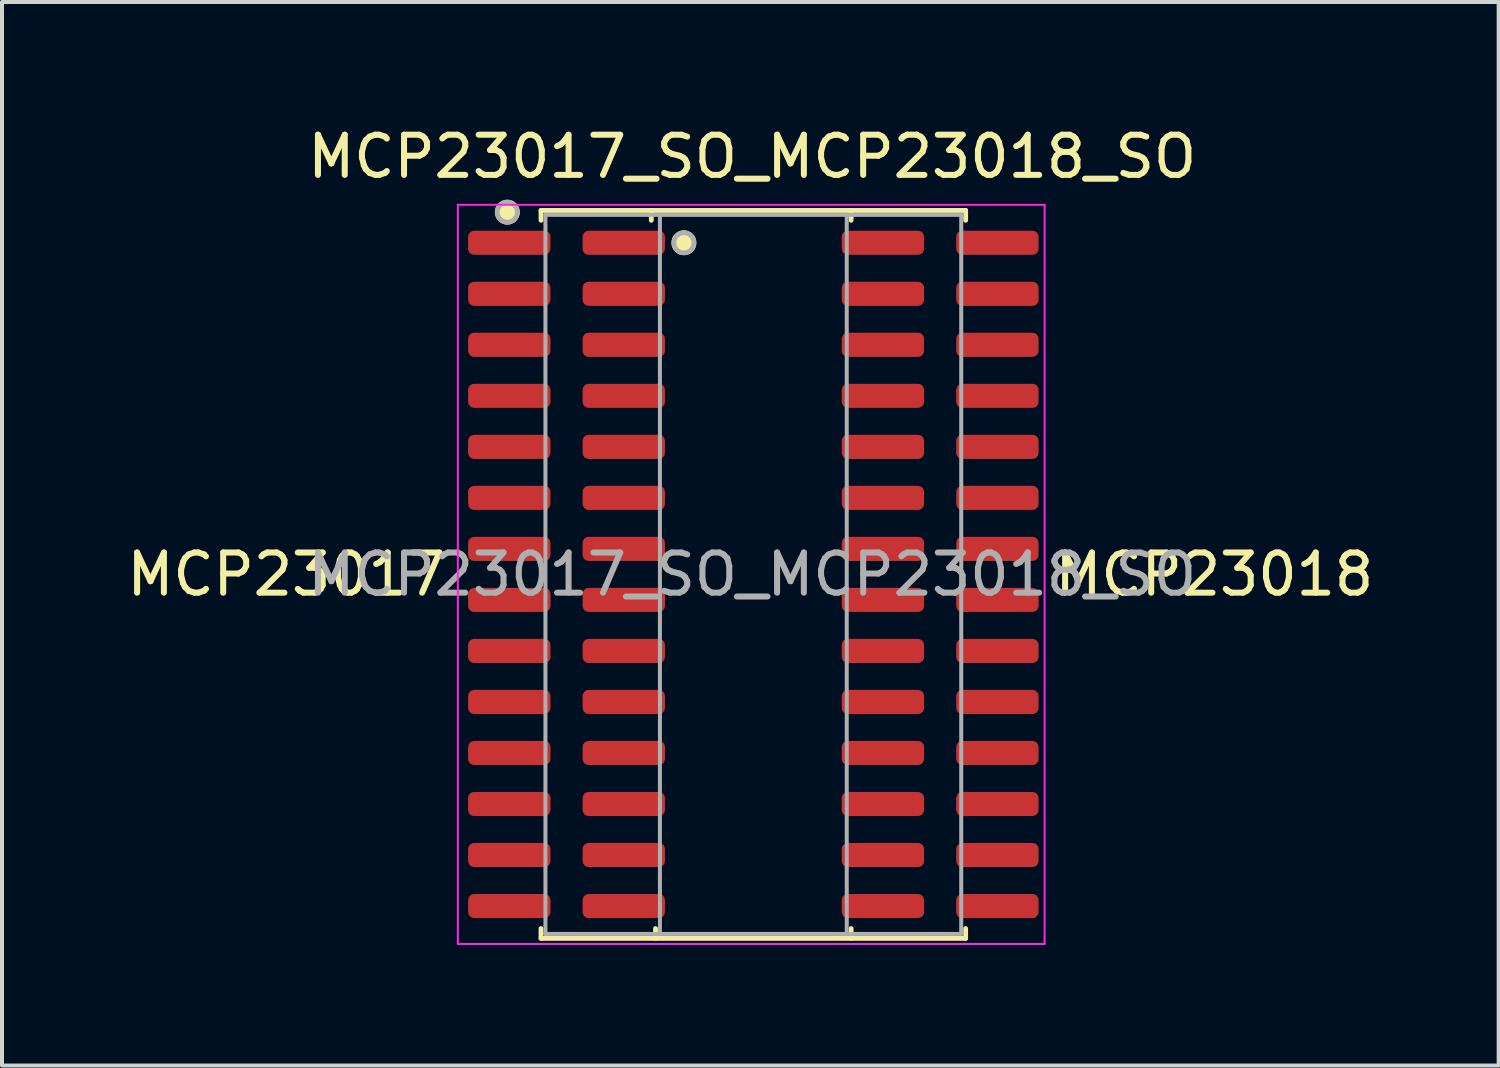
<source format=kicad_pcb>
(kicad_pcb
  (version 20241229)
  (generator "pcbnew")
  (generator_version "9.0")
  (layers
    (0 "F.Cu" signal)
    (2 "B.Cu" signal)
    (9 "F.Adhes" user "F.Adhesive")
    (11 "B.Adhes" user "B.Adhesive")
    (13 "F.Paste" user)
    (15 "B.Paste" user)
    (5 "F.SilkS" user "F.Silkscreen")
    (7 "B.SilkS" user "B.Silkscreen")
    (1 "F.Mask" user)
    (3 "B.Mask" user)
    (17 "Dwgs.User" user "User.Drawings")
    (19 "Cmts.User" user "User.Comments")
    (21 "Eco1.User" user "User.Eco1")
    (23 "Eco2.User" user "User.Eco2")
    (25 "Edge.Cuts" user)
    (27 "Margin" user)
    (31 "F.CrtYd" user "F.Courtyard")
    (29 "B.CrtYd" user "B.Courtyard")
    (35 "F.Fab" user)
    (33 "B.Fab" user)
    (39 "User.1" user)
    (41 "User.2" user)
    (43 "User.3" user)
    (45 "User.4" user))
  (footprint "MCP23017_SO_MCP23018_SO"
    (layer "F.Cu")
    (at 14.277 11.248)
    (property "Reference" "MCP23017_SO_MCP23018_SO" (at 1.397 -10.4 0) (layer "F.SilkS") (effects (font (size 1 1) (thickness 0.15))))
    (attr smd)
    (fp_line (start -3.86 -9.06) (end -3.86 -8.815) (stroke (width 0.12) (type solid)) (layer "F.SilkS"))
    (fp_line (start -3.86 -9.06) (end 6.71 -9.06) (stroke (width 0.12) (type solid)) (layer "F.SilkS"))
    (fp_line (start -3.86 9.06) (end -3.86 8.815) (stroke (width 0.12) (type solid)) (layer "F.SilkS"))
    (fp_line (start -1.115 -9.06) (end -1.115 -8.815) (stroke (width 0.12) (type solid)) (layer "F.SilkS"))
    (fp_line (start -1.01 9.06) (end -1.01 8.815) (stroke (width 0.12) (type solid)) (layer "F.SilkS"))
    (fp_line (start 3.86 -9.06) (end 3.86 -8.815) (stroke (width 0.12) (type solid)) (layer "F.SilkS"))
    (fp_line (start 3.86 9.06) (end 3.86 8.815) (stroke (width 0.12) (type solid)) (layer "F.SilkS"))
    (fp_line (start 6.71 -9.06) (end 6.71 -8.815) (stroke (width 0.12) (type solid)) (layer "F.SilkS"))
    (fp_line (start 6.71 9.06) (end -3.86 9.06) (stroke (width 0.12) (type solid)) (layer "F.SilkS"))
    (fp_line (start 6.71 9.06) (end 6.71 8.815) (stroke (width 0.12) (type solid)) (layer "F.SilkS"))
    (fp_circle (center -4.699 -9.017) (end -4.449 -9.017) (stroke (width 0.12) (type solid)) (fill yes) (layer "F.SilkS"))
    (fp_circle (center -0.303 -8.255) (end -0.053 -8.255) (stroke (width 0.12) (type solid)) (fill yes) (layer "F.SilkS"))
    (fp_line (start -5.93 -9.2) (end -5.93 9.2) (stroke (width 0.05) (type solid)) (layer "F.CrtYd"))
    (fp_line (start -5.93 9.2) (end 8.675 9.2) (stroke (width 0.05) (type solid)) (layer "F.CrtYd"))
    (fp_line (start 8.675 -9.2) (end -5.93 -9.2) (stroke (width 0.05) (type solid)) (layer "F.CrtYd"))
    (fp_line (start 8.675 9.2) (end 8.675 -9.2) (stroke (width 0.05) (type solid)) (layer "F.CrtYd"))
    (fp_line (start -3.75 -8.95) (end 6.6 -8.95) (stroke (width 0.1) (type solid)) (layer "F.Fab"))
    (fp_line (start -3.75 8.95) (end -3.75 -8.95) (stroke (width 0.1) (type solid)) (layer "F.Fab"))
    (fp_line (start -0.9 8.95) (end -0.9 -8.95) (stroke (width 0.1) (type solid)) (layer "F.Fab"))
    (fp_line (start 3.75 -8.95) (end 3.75 8.95) (stroke (width 0.1) (type solid)) (layer "F.Fab"))
    (fp_line (start 6.6 -8.95) (end 6.6 8.95) (stroke (width 0.1) (type solid)) (layer "F.Fab"))
    (fp_line (start 6.6 8.95) (end -3.75 8.95) (stroke (width 0.1) (type solid)) (layer "F.Fab"))
    (fp_circle (center -4.699 -9.017) (end -4.449 -9.017) (stroke (width 0.12) (type solid)) (fill no) (layer "F.Fab"))
    (fp_circle (center -0.303 -8.255) (end -0.053 -8.255) (stroke (width 0.12) (type solid)) (fill no) (layer "F.Fab"))
    (fp_text user "MCP23017" (at -10.2 0 0) (layer "F.SilkS") (effects (font (size 1 1) (thickness 0.15))))
    (fp_text user "MCP23018" (at 12.9 0 0) (layer "F.SilkS") (effects (font (size 1 1) (thickness 0.15))))
    (fp_text user "${REFERENCE}" (at 1.397 0 0) (layer "F.Fab") (effects (font (size 1 1) (thickness 0.15))))
    (pad "1" smd roundrect (at -4.65 -8.255) (size 2.05 0.6) (layers "F.Cu" "F.Mask" "F.Paste") (roundrect_rratio 0.25))
    (pad "1" smd roundrect (at -1.8 -5.715) (size 2.05 0.6) (layers "F.Cu" "F.Mask" "F.Paste") (roundrect_rratio 0.25))
    (pad "2" smd roundrect (at -4.65 -6.985) (size 2.05 0.6) (layers "F.Cu" "F.Mask" "F.Paste") (roundrect_rratio 0.25))
    (pad "2" smd roundrect (at -1.8 -4.445) (size 2.05 0.6) (layers "F.Cu" "F.Mask" "F.Paste") (roundrect_rratio 0.25))
    (pad "3" smd roundrect (at -4.65 -5.715) (size 2.05 0.6) (layers "F.Cu" "F.Mask" "F.Paste") (roundrect_rratio 0.25))
    (pad "3" smd roundrect (at -1.8 -3.175) (size 2.05 0.6) (layers "F.Cu" "F.Mask" "F.Paste") (roundrect_rratio 0.25))
    (pad "4" smd roundrect (at -4.65 -4.445) (size 2.05 0.6) (layers "F.Cu" "F.Mask" "F.Paste") (roundrect_rratio 0.25))
    (pad "4" smd roundrect (at -1.8 -1.905) (size 2.05 0.6) (layers "F.Cu" "F.Mask" "F.Paste") (roundrect_rratio 0.25))
    (pad "5" smd roundrect (at -4.65 -3.175) (size 2.05 0.6) (layers "F.Cu" "F.Mask" "F.Paste") (roundrect_rratio 0.25))
    (pad "5" smd roundrect (at -1.8 -0.635) (size 2.05 0.6) (layers "F.Cu" "F.Mask" "F.Paste") (roundrect_rratio 0.25))
    (pad "6" smd roundrect (at -4.65 -1.905) (size 2.05 0.6) (layers "F.Cu" "F.Mask" "F.Paste") (roundrect_rratio 0.25))
    (pad "6" smd roundrect (at -1.8 0.635) (size 2.05 0.6) (layers "F.Cu" "F.Mask" "F.Paste") (roundrect_rratio 0.25))
    (pad "7" smd roundrect (at -4.65 -0.635) (size 2.05 0.6) (layers "F.Cu" "F.Mask" "F.Paste") (roundrect_rratio 0.25))
    (pad "7" smd roundrect (at -1.8 1.905) (size 2.05 0.6) (layers "F.Cu" "F.Mask" "F.Paste") (roundrect_rratio 0.25))
    (pad "8" smd roundrect (at -4.65 0.635) (size 2.05 0.6) (layers "F.Cu" "F.Mask" "F.Paste") (roundrect_rratio 0.25))
    (pad "8" smd roundrect (at -1.8 3.175) (size 2.05 0.6) (layers "F.Cu" "F.Mask" "F.Paste") (roundrect_rratio 0.25))
    (pad "9" smd roundrect (at -4.65 1.905) (size 2.05 0.6) (layers "F.Cu" "F.Mask" "F.Paste") (roundrect_rratio 0.25))
    (pad "9" smd roundrect (at -1.8 4.445) (size 2.05 0.6) (layers "F.Cu" "F.Mask" "F.Paste") (roundrect_rratio 0.25))
    (pad "10" smd roundrect (at -4.65 3.175) (size 2.05 0.6) (layers "F.Cu" "F.Mask" "F.Paste") (roundrect_rratio 0.25))
    (pad "10" smd roundrect (at -1.8 -8.255) (size 2.05 0.6) (layers "F.Cu" "F.Mask" "F.Paste") (roundrect_rratio 0.25))
    (pad "11" smd roundrect (at -4.65 4.445) (size 2.05 0.6) (layers "F.Cu" "F.Mask" "F.Paste") (roundrect_rratio 0.25))
    (pad "12" smd roundrect (at -4.65 5.715) (size 2.05 0.6) (layers "F.Cu" "F.Mask" "F.Paste") (roundrect_rratio 0.25))
    (pad "12" smd roundrect (at -1.8 5.715) (size 2.05 0.6) (layers "F.Cu" "F.Mask" "F.Paste") (roundrect_rratio 0.25))
    (pad "13" smd roundrect (at -4.65 6.985) (size 2.05 0.6) (layers "F.Cu" "F.Mask" "F.Paste") (roundrect_rratio 0.25))
    (pad "13" smd roundrect (at -1.8 6.985) (size 2.05 0.6) (layers "F.Cu" "F.Mask" "F.Paste") (roundrect_rratio 0.25))
    (pad "14" smd roundrect (at -4.65 8.255) (size 2.05 0.6) (layers "F.Cu" "F.Mask" "F.Paste") (roundrect_rratio 0.25))
    (pad "15" smd roundrect (at 4.65 5.715) (size 2.05 0.6) (layers "F.Cu" "F.Mask" "F.Paste") (roundrect_rratio 0.25))
    (pad "15" smd roundrect (at 4.65 6.985) (size 2.05 0.6) (layers "F.Cu" "F.Mask" "F.Paste") (roundrect_rratio 0.25))
    (pad "15" smd roundrect (at 4.65 8.255) (size 2.05 0.6) (layers "F.Cu" "F.Mask" "F.Paste") (roundrect_rratio 0.25))
    (pad "15" smd roundrect (at 7.5 8.255) (size 2.05 0.6) (layers "F.Cu" "F.Mask" "F.Paste") (roundrect_rratio 0.25))
    (pad "16" smd roundrect (at -1.8 8.255) (size 2.05 0.6) (layers "F.Cu" "F.Mask" "F.Paste") (roundrect_rratio 0.25))
    (pad "17" smd roundrect (at 7.5 5.715) (size 2.05 0.6) (layers "F.Cu" "F.Mask" "F.Paste") (roundrect_rratio 0.25))
    (pad "18" smd roundrect (at 4.65 4.445) (size 2.05 0.6) (layers "F.Cu" "F.Mask" "F.Paste") (roundrect_rratio 0.25))
    (pad "18" smd roundrect (at 7.5 6.985) (size 2.05 0.6) (layers "F.Cu" "F.Mask" "F.Paste") (roundrect_rratio 0.25))
    (pad "19" smd roundrect (at 4.65 3.175) (size 2.05 0.6) (layers "F.Cu" "F.Mask" "F.Paste") (roundrect_rratio 0.25))
    (pad "19" smd roundrect (at 7.5 4.445) (size 2.05 0.6) (layers "F.Cu" "F.Mask" "F.Paste") (roundrect_rratio 0.25))
    (pad "20" smd roundrect (at 4.65 1.905) (size 2.05 0.6) (layers "F.Cu" "F.Mask" "F.Paste") (roundrect_rratio 0.25))
    (pad "20" smd roundrect (at 7.5 3.175) (size 2.05 0.6) (layers "F.Cu" "F.Mask" "F.Paste") (roundrect_rratio 0.25))
    (pad "21" smd roundrect (at 4.65 0.635) (size 2.05 0.6) (layers "F.Cu" "F.Mask" "F.Paste") (roundrect_rratio 0.25))
    (pad "21" smd roundrect (at 7.5 1.905) (size 2.05 0.6) (layers "F.Cu" "F.Mask" "F.Paste") (roundrect_rratio 0.25))
    (pad "22" smd roundrect (at 4.65 -0.635) (size 2.05 0.6) (layers "F.Cu" "F.Mask" "F.Paste") (roundrect_rratio 0.25))
    (pad "22" smd roundrect (at 7.5 0.635) (size 2.05 0.6) (layers "F.Cu" "F.Mask" "F.Paste") (roundrect_rratio 0.25))
    (pad "23" smd roundrect (at 4.65 -1.905) (size 2.05 0.6) (layers "F.Cu" "F.Mask" "F.Paste") (roundrect_rratio 0.25))
    (pad "23" smd roundrect (at 7.5 -0.635) (size 2.05 0.6) (layers "F.Cu" "F.Mask" "F.Paste") (roundrect_rratio 0.25))
    (pad "24" smd roundrect (at 4.65 -3.175) (size 2.05 0.6) (layers "F.Cu" "F.Mask" "F.Paste") (roundrect_rratio 0.25))
    (pad "24" smd roundrect (at 7.5 -1.905) (size 2.05 0.6) (layers "F.Cu" "F.Mask" "F.Paste") (roundrect_rratio 0.25))
    (pad "25" smd roundrect (at 4.65 -4.445) (size 2.05 0.6) (layers "F.Cu" "F.Mask" "F.Paste") (roundrect_rratio 0.25))
    (pad "25" smd roundrect (at 7.5 -3.175) (size 2.05 0.6) (layers "F.Cu" "F.Mask" "F.Paste") (roundrect_rratio 0.25))
    (pad "26" smd roundrect (at 4.65 -5.715) (size 2.05 0.6) (layers "F.Cu" "F.Mask" "F.Paste") (roundrect_rratio 0.25))
    (pad "26" smd roundrect (at 7.5 -4.445) (size 2.05 0.6) (layers "F.Cu" "F.Mask" "F.Paste") (roundrect_rratio 0.25))
    (pad "27" smd roundrect (at 4.65 -6.985) (size 2.05 0.6) (layers "F.Cu" "F.Mask" "F.Paste") (roundrect_rratio 0.25))
    (pad "27" smd roundrect (at 7.5 -5.715) (size 2.05 0.6) (layers "F.Cu" "F.Mask" "F.Paste") (roundrect_rratio 0.25))
    (pad "28" smd roundrect (at 4.65 -8.255) (size 2.05 0.6) (layers "F.Cu" "F.Mask" "F.Paste") (roundrect_rratio 0.25))
    (pad "28" smd roundrect (at 7.5 -6.985) (size 2.05 0.6) (layers "F.Cu" "F.Mask" "F.Paste") (roundrect_rratio 0.25))
    (pad "29" smd roundrect (at 7.5 -8.255) (size 2.05 0.6) (layers "F.Cu" "F.Mask" "F.Paste") (roundrect_rratio 0.25))
    (pad "30" smd roundrect (at -1.8 -6.985) (size 2.05 0.6) (layers "F.Cu" "F.Mask" "F.Paste") (roundrect_rratio 0.25)))
  (gr_rect
    (start -3 -3)
    (end 34.255 23.473)
    (stroke (width 0.1) (type default))
    (fill no)
    (layer "Edge.Cuts")))
</source>
